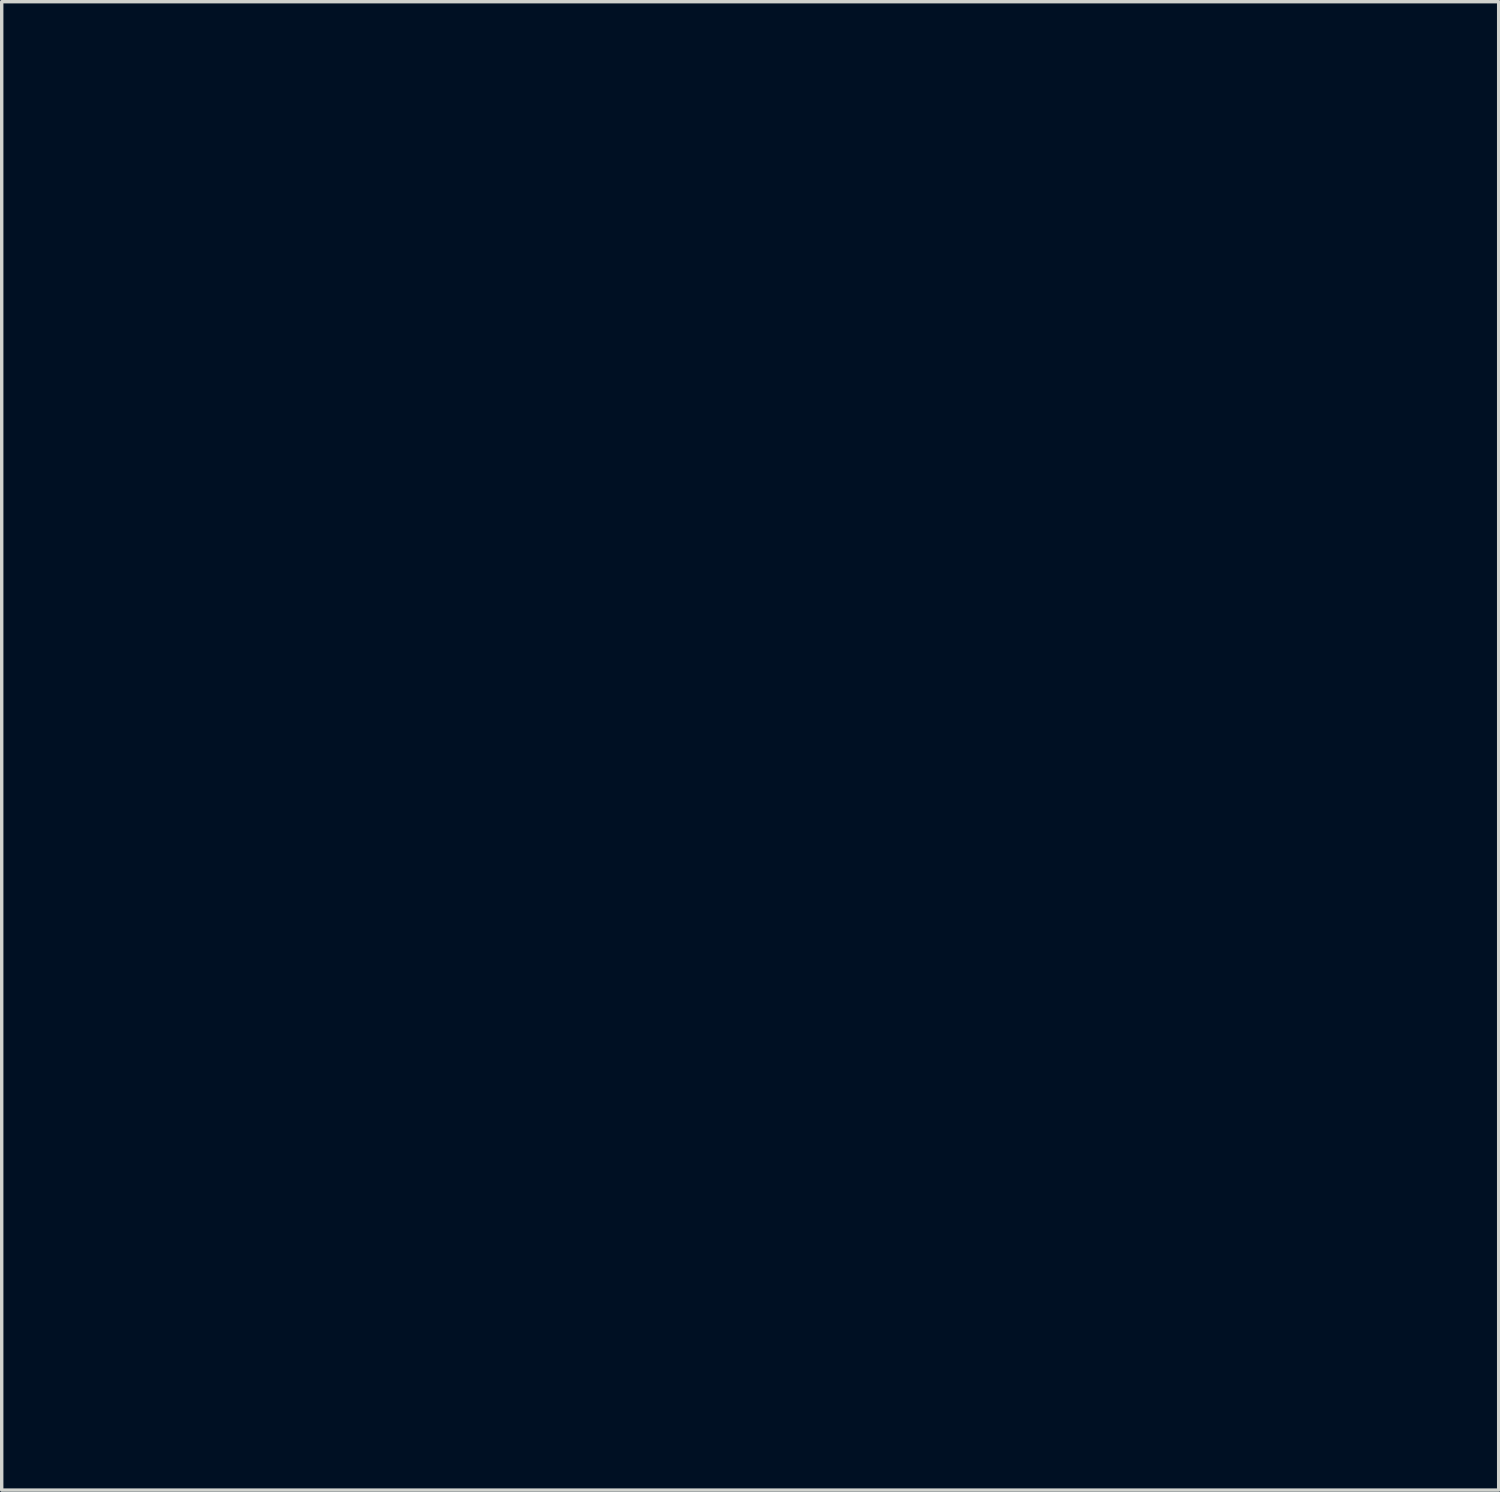
<source format=kicad_pcb>
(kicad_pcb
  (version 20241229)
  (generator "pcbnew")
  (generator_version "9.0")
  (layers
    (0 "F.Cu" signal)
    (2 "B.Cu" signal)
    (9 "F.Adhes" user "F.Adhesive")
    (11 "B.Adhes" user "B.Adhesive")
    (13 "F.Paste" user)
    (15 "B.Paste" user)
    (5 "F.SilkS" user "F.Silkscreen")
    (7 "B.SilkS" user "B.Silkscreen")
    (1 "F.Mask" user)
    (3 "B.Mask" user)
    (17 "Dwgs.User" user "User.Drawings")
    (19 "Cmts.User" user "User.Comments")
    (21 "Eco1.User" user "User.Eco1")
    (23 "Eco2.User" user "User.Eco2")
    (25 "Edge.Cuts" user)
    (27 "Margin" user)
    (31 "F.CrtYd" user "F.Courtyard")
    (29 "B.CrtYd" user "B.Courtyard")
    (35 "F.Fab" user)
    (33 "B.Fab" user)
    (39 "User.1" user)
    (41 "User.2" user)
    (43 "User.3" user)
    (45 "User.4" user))
  (footprint "cumo"
    (layer "F.Cu")
    (at 18.833 18.874)
    (property "Reference" "cumo" (at 0 0 0) (layer "F.Mask") (effects (font (size 1.524 1.524) (thickness 0.3))))
    (attr through_hole)
    (fp_poly (pts (xy -0.169 -18.803) (xy -0.142 -18.633) (xy -0.127 -18.152) (xy -0.1 -17.669) (xy -0.063 -17.211) (xy -0.019 -16.804) (xy 0.029 -16.476) (xy 0.08 -16.254) (xy 0.103 -16.195) (xy 0.271 -15.968) (xy 0.558 -15.694) (xy 0.948 -15.383) (xy 1.425 -15.045) (xy 1.973 -14.689) (xy 2.576 -14.324) (xy 3.22 -13.96) (xy 3.888 -13.605) (xy 4.564 -13.269) (xy 5.233 -12.961) (xy 5.88 -12.692) (xy 6.213 -12.565) (xy 6.77 -12.38) (xy 7.382 -12.204) (xy 8 -12.052) (xy 8.577 -11.934) (xy 9.01 -11.868) (xy 9.57 -11.865) (xy 10.165 -11.973) (xy 10.75 -12.182) (xy 10.813 -12.212) (xy 10.997 -12.31) (xy 11.182 -12.431) (xy 11.385 -12.592) (xy 11.627 -12.809) (xy 11.926 -13.098) (xy 12.301 -13.476) (xy 12.355 -13.531) (xy 12.671 -13.85) (xy 12.95 -14.123) (xy 13.178 -14.339) (xy 13.339 -14.482) (xy 13.419 -14.54) (xy 13.426 -14.537) (xy 13.376 -14.423) (xy 13.357 -14.408) (xy 13.279 -14.327) (xy 13.156 -14.168) (xy 13.08 -14.059) (xy 12.956 -13.878) (xy 12.774 -13.613) (xy 12.559 -13.302) (xy 12.344 -12.99) (xy 12.104 -12.642) (xy 11.856 -12.282) (xy 11.633 -11.956) (xy 11.487 -11.74) (xy 11.157 -11.252) (xy 11.165 -10.633) (xy 11.194 -10.141) (xy 11.27 -9.601) (xy 11.396 -8.999) (xy 11.575 -8.321) (xy 11.813 -7.554) (xy 12.112 -6.684) (xy 12.411 -5.867) (xy 12.862 -4.74) (xy 13.32 -3.746) (xy 13.782 -2.886) (xy 14.248 -2.165) (xy 14.715 -1.585) (xy 14.758 -1.539) (xy 14.991 -1.306) (xy 15.217 -1.116) (xy 15.457 -0.963) (xy 15.73 -0.839) (xy 16.057 -0.739) (xy 16.458 -0.654) (xy 16.952 -0.579) (xy 17.56 -0.506) (xy 17.944 -0.466) (xy 18.344 -0.424) (xy 18.686 -0.386) (xy 18.947 -0.354) (xy 19.105 -0.332) (xy 19.142 -0.323) (xy 19.06 -0.304) (xy 18.861 -0.275) (xy 18.571 -0.238) (xy 18.217 -0.197) (xy 17.825 -0.154) (xy 17.423 -0.113) (xy 17.037 -0.076) (xy 16.695 -0.046) (xy 16.474 -0.03) (xy 16.057 0.005) (xy 15.75 0.055) (xy 15.517 0.134) (xy 15.323 0.257) (xy 15.133 0.439) (xy 15.04 0.541) (xy 14.581 1.118) (xy 14.108 1.815) (xy 13.634 2.608) (xy 13.17 3.474) (xy 12.727 4.39) (xy 12.317 5.333) (xy 11.953 6.279) (xy 11.646 7.205) (xy 11.598 7.366) (xy 11.468 7.855) (xy 11.351 8.379) (xy 11.251 8.904) (xy 11.175 9.399) (xy 11.128 9.829) (xy 11.115 10.163) (xy 11.118 10.233) (xy 11.13 10.363) (xy 11.154 10.48) (xy 11.199 10.602) (xy 11.277 10.745) (xy 11.399 10.929) (xy 11.577 11.171) (xy 11.82 11.488) (xy 12.141 11.898) (xy 12.201 11.974) (xy 12.502 12.359) (xy 12.775 12.71) (xy 13.006 13.008) (xy 13.182 13.238) (xy 13.289 13.382) (xy 13.315 13.419) (xy 13.315 13.46) (xy 13.222 13.416) (xy 13.051 13.298) (xy 12.815 13.119) (xy 12.529 12.89) (xy 12.209 12.623) (xy 11.868 12.33) (xy 11.522 12.022) (xy 11.184 11.711) (xy 11.176 11.703) (xy 10.962 11.533) (xy 10.69 11.357) (xy 10.523 11.265) (xy 10.239 11.148) (xy 9.945 11.08) (xy 9.621 11.065) (xy 9.244 11.103) (xy 8.793 11.198) (xy 8.247 11.349) (xy 7.801 11.489) (xy 7.153 11.701) (xy 6.608 11.886) (xy 6.132 12.057) (xy 5.691 12.228) (xy 5.249 12.411) (xy 4.772 12.622) (xy 4.223 12.872) (xy 4.209 12.879) (xy 3.388 13.266) (xy 2.689 13.615) (xy 2.096 13.934) (xy 1.594 14.232) (xy 1.167 14.518) (xy 0.8 14.801) (xy 0.556 15.016) (xy 0.357 15.217) (xy 0.192 15.408) (xy 0.11 15.529) (xy 0.073 15.661) (xy 0.031 15.917) (xy -0.014 16.277) (xy -0.06 16.719) (xy -0.105 17.225) (xy -0.108 17.273) (xy -0.145 17.732) (xy -0.179 18.139) (xy -0.209 18.473) (xy -0.232 18.713) (xy -0.246 18.838) (xy -0.249 18.851) (xy -0.264 18.788) (xy -0.296 18.6) (xy -0.343 18.308) (xy -0.401 17.932) (xy -0.467 17.489) (xy -0.512 17.182) (xy -0.757 15.494) (xy -1.05 15.173) (xy -1.37 14.877) (xy -1.818 14.546) (xy -2.383 14.187) (xy -3.052 13.808) (xy -3.814 13.414) (xy -4.657 13.012) (xy -5.08 12.823) (xy -6.125 12.376) (xy -7.063 12.007) (xy -7.908 11.711) (xy -8.674 11.484) (xy -9.375 11.322) (xy -10.025 11.221) (xy -10.637 11.178) (xy -10.815 11.176) (xy -11.313 11.176) (xy -12.315 11.923) (xy -12.65 12.173) (xy -12.95 12.394) (xy -13.191 12.571) (xy -13.354 12.689) (xy -13.413 12.729) (xy -13.407 12.692) (xy -13.329 12.554) (xy -13.191 12.331) (xy -13.003 12.041) (xy -12.807 11.746) (xy -12.496 11.284) (xy -12.258 10.922) (xy -12.084 10.639) (xy -11.964 10.416) (xy -11.946 10.371) (xy -10.886 10.371) (xy -10.819 10.402) (xy -10.641 10.435) (xy -10.384 10.463) (xy -10.28 10.472) (xy -9.674 10.549) (xy -8.969 10.697) (xy -8.186 10.908) (xy -7.346 11.172) (xy -6.472 11.481) (xy -5.585 11.826) (xy -4.705 12.198) (xy -3.855 12.588) (xy -3.055 12.988) (xy -2.328 13.389) (xy -1.694 13.781) (xy -1.175 14.157) (xy -1.052 14.259) (xy -0.877 14.401) (xy -0.743 14.492) (xy -0.697 14.512) (xy -0.669 14.448) (xy -0.666 14.283) (xy -0.679 14.133) (xy -0.703 13.854) (xy -0.72 13.512) (xy -0.725 13.229) (xy -0.732 12.941) (xy -0.753 12.797) (xy -0.145 12.797) (xy -0.145 14.676) (xy 0.144 14.415) (xy 0.337 14.257) (xy 0.607 14.056) (xy 0.908 13.846) (xy 1.038 13.759) (xy 1.788 13.304) (xy 2.635 12.849) (xy 3.552 12.403) (xy 4.514 11.978) (xy 5.493 11.584) (xy 6.464 11.232) (xy 7.4 10.932) (xy 8.274 10.695) (xy 9.059 10.531) (xy 9.141 10.518) (xy 9.681 10.432) (xy 9.431 10.213) (xy 9.252 10.053) (xy 9.015 9.838) (xy 8.771 9.613) (xy 8.753 9.597) (xy 8.538 9.401) (xy 8.39 9.286) (xy 8.267 9.235) (xy 8.224 9.233) (xy 9.122 9.233) (xy 9.685 9.769) (xy 9.921 9.988) (xy 10.121 10.164) (xy 10.261 10.276) (xy 10.313 10.305) (xy 10.352 10.24) (xy 10.375 10.077) (xy 10.378 9.983) (xy 10.397 9.768) (xy 10.45 9.442) (xy 10.531 9.033) (xy 10.633 8.568) (xy 10.75 8.077) (xy 10.875 7.587) (xy 11.002 7.126) (xy 11.106 6.782) (xy 11.433 5.835) (xy 11.834 4.813) (xy 12.292 3.752) (xy 12.779 2.721) (xy 13.052 2.168) (xy 13.273 1.727) (xy 13.452 1.381) (xy 13.599 1.111) (xy 13.723 0.898) (xy 13.836 0.726) (xy 13.948 0.576) (xy 14.046 0.454) (xy 14.304 0.145) (xy 12.635 0.145) (xy 12.452 0.385) (xy 12.357 0.535) (xy 12.212 0.796) (xy 12.029 1.146) (xy 11.817 1.564) (xy 11.587 2.028) (xy 11.349 2.517) (xy 11.115 3.01) (xy 10.893 3.484) (xy 10.696 3.919) (xy 10.532 4.293) (xy 10.447 4.499) (xy 10.153 5.269) (xy 9.883 6.041) (xy 9.644 6.792) (xy 9.444 7.496) (xy 9.291 8.128) (xy 9.191 8.663) (xy 9.172 8.807) (xy 9.122 9.233) (xy 8.224 9.233) (xy 8.131 9.229) (xy 7.968 9.248) (xy 7.691 9.307) (xy 7.302 9.423) (xy 6.817 9.588) (xy 6.256 9.795) (xy 5.636 10.035) (xy 4.975 10.301) (xy 4.29 10.587) (xy 3.599 10.883) (xy 2.919 11.183) (xy 2.27 11.479) (xy 1.668 11.763) (xy 1.131 12.029) (xy 0.677 12.267) (xy 0.324 12.471) (xy 0.163 12.577) (xy -0.145 12.797) (xy -0.753 12.797) (xy -0.759 12.757) (xy -0.815 12.633) (xy -0.889 12.55) (xy -1.02 12.457) (xy -1.267 12.315) (xy -1.609 12.133) (xy -2.031 11.919) (xy -2.512 11.681) (xy -3.036 11.43) (xy -3.584 11.174) (xy -4.137 10.921) (xy -4.678 10.681) (xy -5.044 10.524) (xy -5.458 10.356) (xy -5.938 10.177) (xy -6.46 9.992) (xy -7.004 9.81) (xy -7.545 9.636) (xy -8.063 9.478) (xy -8.534 9.343) (xy -8.937 9.238) (xy -9.249 9.17) (xy -9.448 9.145) (xy -9.452 9.145) (xy -9.604 9.192) (xy -9.795 9.31) (xy -9.87 9.37) (xy -10.168 9.637) (xy -10.437 9.89) (xy -10.66 10.108) (xy -10.815 10.272) (xy -10.884 10.364) (xy -10.886 10.371) (xy -11.946 10.371) (xy -11.891 10.233) (xy -11.854 10.07) (xy -11.846 9.906) (xy -11.857 9.721) (xy -11.866 9.624) (xy -11.922 9.169) (xy -12.008 8.693) (xy -12.129 8.179) (xy -12.29 7.609) (xy -12.496 6.964) (xy -12.753 6.225) (xy -13.066 5.375) (xy -13.095 5.298) (xy -13.402 4.512) (xy -13.718 3.764) (xy -14.031 3.074) (xy -14.333 2.463) (xy -14.613 1.952) (xy -14.839 1.594) (xy -15.217 1.08) (xy -15.571 0.676) (xy -15.929 0.366) (xy -16.317 0.136) (xy -16.762 -0.03) (xy -16.888 -0.057) (xy -15.311 -0.057) (xy -15.015 0.279) (xy -14.738 0.633) (xy -14.423 1.101) (xy -14.082 1.662) (xy -13.728 2.292) (xy -13.374 2.971) (xy -13.03 3.675) (xy -12.71 4.384) (xy -12.569 4.717) (xy -12.358 5.245) (xy -12.144 5.819) (xy -11.931 6.419) (xy -11.726 7.026) (xy -11.537 7.618) (xy -11.368 8.174) (xy -11.226 8.676) (xy -11.119 9.101) (xy -11.052 9.43) (xy -11.031 9.628) (xy -11.021 9.791) (xy -10.996 9.869) (xy -10.993 9.87) (xy -10.928 9.821) (xy -10.79 9.693) (xy -10.604 9.51) (xy -10.548 9.452) (xy -10.248 9.114) (xy -10.058 8.817) (xy -9.968 8.552) (xy -8.861 8.552) (xy -8.44 8.638) (xy -7.913 8.767) (xy -7.28 8.957) (xy -6.561 9.201) (xy -5.779 9.489) (xy -4.955 9.814) (xy -4.109 10.167) (xy -3.264 10.54) (xy -2.439 10.925) (xy -2.032 11.125) (xy -1.591 11.344) (xy -1.264 11.5) (xy -1.034 11.593) (xy -0.884 11.619) (xy -0.796 11.579) (xy -0.753 11.47) (xy -0.738 11.293) (xy -0.733 11.044) (xy -0.733 11.03) (xy -0.743 10.825) (xy -0.097 10.825) (xy -0.076 11.092) (xy -0.052 11.268) (xy -0.005 11.532) (xy 0.047 11.729) (xy 0.095 11.825) (xy 0.105 11.829) (xy 0.191 11.796) (xy 0.382 11.705) (xy 0.656 11.566) (xy 0.988 11.393) (xy 1.27 11.242) (xy 1.997 10.859) (xy 2.737 10.486) (xy 3.476 10.128) (xy 4.197 9.793) (xy 4.884 9.488) (xy 5.521 9.219) (xy 6.092 8.995) (xy 6.581 8.821) (xy 6.972 8.706) (xy 7.205 8.659) (xy 7.414 8.623) (xy 7.554 8.583) (xy 7.584 8.564) (xy 7.564 8.471) (xy 7.456 8.322) (xy 7.289 8.145) (xy 7.093 7.97) (xy 6.896 7.827) (xy 6.799 7.772) (xy 6.643 7.699) (xy 6.503 7.648) (xy 6.361 7.62) (xy 6.2 7.621) (xy 6.004 7.655) (xy 5.757 7.724) (xy 5.442 7.832) (xy 5.042 7.985) (xy 4.541 8.185) (xy 3.923 8.436) (xy 3.919 8.437) (xy 3.487 8.616) (xy 3.025 8.81) (xy 2.587 8.999) (xy 2.228 9.158) (xy 2.213 9.164) (xy 1.863 9.32) (xy 1.51 9.473) (xy 1.206 9.599) (xy 1.069 9.654) (xy 0.64 9.854) (xy 0.292 10.084) (xy 0.049 10.329) (xy -0.036 10.474) (xy -0.084 10.634) (xy -0.097 10.825) (xy -0.743 10.825) (xy -0.754 10.603) (xy -0.846 10.274) (xy -1.028 10.016) (xy -1.319 9.803) (xy -1.705 9.62) (xy -2.714 9.209) (xy -3.598 8.85) (xy -4.366 8.54) (xy -5.026 8.275) (xy -5.587 8.054) (xy -6.059 7.872) (xy -6.449 7.727) (xy -6.768 7.614) (xy -7.023 7.531) (xy -7.224 7.475) (xy -7.379 7.442) (xy -7.497 7.429) (xy -7.588 7.433) (xy -7.645 7.446) (xy -7.851 7.556) (xy -8.124 7.782) (xy -8.468 8.125) (xy -8.549 8.213) (xy -8.861 8.552) (xy -9.968 8.552) (xy -9.962 8.532) (xy -9.942 8.311) (xy -9.967 8.132) (xy -10.037 7.839) (xy -10.146 7.452) (xy -10.287 6.993) (xy -10.452 6.483) (xy -10.636 5.942) (xy -10.832 5.393) (xy -11.033 4.855) (xy -11.087 4.717) (xy -11.24 4.342) (xy -11.433 3.901) (xy -11.656 3.413) (xy -11.898 2.899) (xy -12.151 2.377) (xy -12.403 1.869) (xy -12.646 1.393) (xy -12.87 0.969) (xy -13.064 0.617) (xy -13.219 0.357) (xy -13.326 0.209) (xy -13.33 0.204) (xy -13.535 0.032) (xy -13.584 0.011) (xy -12.555 0.011) (xy -12.523 0.112) (xy -12.437 0.307) (xy -12.315 0.565) (xy -12.172 0.851) (xy -12.024 1.134) (xy -11.889 1.381) (xy -11.783 1.559) (xy -11.762 1.59) (xy -11.559 1.917) (xy -11.325 2.362) (xy -11.069 2.903) (xy -10.8 3.517) (xy -10.526 4.184) (xy -10.256 4.88) (xy -9.999 5.584) (xy -9.763 6.274) (xy -9.558 6.929) (xy -9.392 7.526) (xy -9.391 7.532) (xy -9.256 8.061) (xy -8.681 7.473) (xy -8.416 7.194) (xy -8.243 6.99) (xy -8.148 6.837) (xy -8.137 6.8) (xy -6.966 6.8) (xy -6.954 6.854) (xy -6.277 7.084) (xy -5.516 7.36) (xy -4.706 7.668) (xy -3.884 7.994) (xy -3.084 8.322) (xy -2.344 8.64) (xy -1.698 8.933) (xy -1.56 8.998) (xy -1.293 9.12) (xy -1.073 9.21) (xy -0.933 9.255) (xy -0.907 9.257) (xy -0.871 9.18) (xy -0.85 8.998) (xy -0.848 8.786) (xy -0.874 8.604) (xy -0.073 8.604) (xy -0.073 8.647) (xy -0.068 8.966) (xy -0.057 9.222) (xy -0.041 9.387) (xy -0.025 9.434) (xy 0.054 9.403) (xy 0.236 9.318) (xy 0.496 9.191) (xy 0.808 9.035) (xy 0.864 9.007) (xy 1.277 8.804) (xy 1.761 8.575) (xy 2.253 8.351) (xy 2.649 8.178) (xy 3.063 7.999) (xy 3.499 7.808) (xy 3.904 7.628) (xy 4.227 7.48) (xy 4.232 7.478) (xy 4.764 7.235) (xy 5.18 7.06) (xy 5.355 6.996) (xy 7.4 6.996) (xy 7.403 7.169) (xy 7.427 7.298) (xy 7.491 7.418) (xy 7.615 7.558) (xy 7.819 7.752) (xy 7.927 7.851) (xy 8.17 8.074) (xy 8.335 8.205) (xy 8.443 8.234) (xy 8.518 8.152) (xy 8.582 7.949) (xy 8.657 7.617) (xy 8.673 7.547) (xy 8.857 6.841) (xy 9.12 6.015) (xy 9.46 5.074) (xy 9.877 4.019) (xy 10.277 3.067) (xy 10.504 2.545) (xy 10.724 2.044) (xy 10.929 1.586) (xy 11.108 1.194) (xy 11.251 0.889) (xy 11.349 0.693) (xy 11.356 0.68) (xy 11.599 0.235) (xy 11.333 0.191) (xy 10.847 0.144) (xy 10.454 0.188) (xy 10.135 0.336) (xy 9.873 0.597) (xy 9.648 0.985) (xy 9.502 1.343) (xy 9.427 1.536) (xy 9.303 1.837) (xy 9.141 2.218) (xy 8.953 2.654) (xy 8.75 3.12) (xy 8.656 3.333) (xy 8.29 4.182) (xy 7.984 4.943) (xy 7.739 5.611) (xy 7.559 6.176) (xy 7.445 6.631) (xy 7.401 6.969) (xy 7.4 6.996) (xy 5.355 6.996) (xy 5.488 6.949) (xy 5.698 6.897) (xy 5.754 6.893) (xy 5.821 6.878) (xy 5.814 6.825) (xy 5.724 6.714) (xy 5.538 6.527) (xy 5.51 6.5) (xy 5.209 6.242) (xy 4.914 6.072) (xy 4.606 5.99) (xy 4.263 5.996) (xy 3.865 6.09) (xy 3.389 6.272) (xy 2.914 6.493) (xy 2.505 6.684) (xy 2.046 6.883) (xy 1.604 7.063) (xy 1.371 7.15) (xy 0.894 7.322) (xy 0.535 7.462) (xy 0.278 7.586) (xy 0.106 7.714) (xy 0.002 7.862) (xy -0.051 8.047) (xy -0.07 8.289) (xy -0.073 8.604) (xy -0.874 8.604) (xy -0.922 8.278) (xy -1.113 7.855) (xy -1.422 7.517) (xy -1.528 7.439) (xy -1.685 7.354) (xy -1.955 7.229) (xy -2.316 7.073) (xy -2.434 7.025) (xy 0.101 7.025) (xy 0.468 6.859) (xy 0.706 6.75) (xy 1.019 6.605) (xy 1.351 6.45) (xy 1.451 6.403) (xy 2.036 6.131) (xy 2.587 5.883) (xy 3.08 5.669) (xy 3.49 5.499) (xy 3.528 5.485) (xy 5.693 5.485) (xy 5.728 5.637) (xy 5.816 5.775) (xy 5.96 5.924) (xy 6.16 6.109) (xy 6.175 6.123) (xy 6.348 6.289) (xy 6.484 6.414) (xy 6.591 6.489) (xy 6.68 6.502) (xy 6.763 6.442) (xy 6.849 6.298) (xy 6.948 6.059) (xy 7.071 5.715) (xy 7.229 5.253) (xy 7.363 4.862) (xy 7.765 3.735) (xy 8.155 2.731) (xy 8.54 1.829) (xy 8.93 1.009) (xy 8.932 1.005) (xy 9.29 0.29) (xy 7.757 0.29) (xy 7.369 1.107) (xy 6.904 2.121) (xy 6.493 3.103) (xy 6.101 4.133) (xy 6.06 4.245) (xy 5.895 4.7) (xy 5.778 5.041) (xy 5.71 5.295) (xy 5.693 5.485) (xy 3.528 5.485) (xy 3.756 5.398) (xy 3.964 5.317) (xy 4.102 5.248) (xy 4.137 5.217) (xy 4.082 5.122) (xy 3.944 4.98) (xy 3.759 4.823) (xy 3.564 4.682) (xy 3.427 4.604) (xy 3.171 4.526) (xy 2.849 4.514) (xy 2.446 4.567) (xy 1.945 4.689) (xy 1.508 4.822) (xy 1.041 4.985) (xy 0.696 5.134) (xy 0.452 5.28) (xy 0.384 5.334) (xy 0.109 5.571) (xy 0.105 6.298) (xy 0.101 7.025) (xy -2.434 7.025) (xy -2.743 6.897) (xy -3.214 6.709) (xy -3.705 6.518) (xy -4.193 6.334) (xy -4.655 6.166) (xy -5.067 6.022) (xy -5.318 5.94) (xy -5.565 5.869) (xy -5.733 5.847) (xy -5.879 5.87) (xy -6.009 5.917) (xy -6.172 6.009) (xy -6.367 6.155) (xy -6.568 6.332) (xy -6.752 6.514) (xy -6.893 6.679) (xy -6.966 6.8) (xy -8.137 6.8) (xy -8.113 6.715) (xy -8.112 6.681) (xy -8.147 6.466) (xy -8.24 6.139) (xy -8.384 5.719) (xy -8.572 5.224) (xy -8.799 4.672) (xy -8.873 4.499) (xy -9.031 4.128) (xy -9.223 3.671) (xy -9.427 3.176) (xy -9.625 2.691) (xy -9.7 2.504) (xy -9.989 1.813) (xy -10.248 1.251) (xy -10.487 0.807) (xy -10.711 0.469) (xy -10.928 0.225) (xy -11.043 0.14) (xy -10.07 0.14) (xy -9.824 0.633) (xy -9.561 1.181) (xy -9.288 1.768) (xy -9.013 2.375) (xy -8.742 2.988) (xy -8.482 3.59) (xy -8.24 4.164) (xy -8.023 4.694) (xy -7.839 5.163) (xy -7.694 5.554) (xy -7.595 5.852) (xy -7.55 6.04) (xy -7.547 6.07) (xy -7.514 6.157) (xy -7.409 6.137) (xy -7.226 6.005) (xy -7.116 5.91) (xy -6.878 5.646) (xy -6.684 5.34) (xy -6.61 5.16) (xy -5.288 5.16) (xy -5.093 5.236) (xy -4.935 5.295) (xy -4.686 5.386) (xy -4.393 5.491) (xy -4.307 5.522) (xy -3.981 5.641) (xy -3.657 5.765) (xy -3.398 5.87) (xy -3.363 5.885) (xy -3.078 6) (xy -2.755 6.119) (xy -2.613 6.167) (xy -2.233 6.296) (xy -1.866 6.431) (xy -1.535 6.562) (xy -1.267 6.678) (xy -1.086 6.77) (xy -1.016 6.826) (xy -1.016 6.827) (xy -0.974 6.891) (xy -0.899 6.872) (xy -0.867 6.804) (xy -0.856 6.678) (xy -0.833 6.476) (xy -0.825 6.415) (xy -0.826 6.067) (xy -0.901 5.722) (xy -1.036 5.435) (xy -1.116 5.336) (xy -1.267 5.232) (xy -1.505 5.113) (xy -1.781 5.007) (xy -1.782 5.006) (xy -2.064 4.9) (xy -2.419 4.747) (xy -2.794 4.57) (xy -3.03 4.452) (xy -3.45 4.244) (xy -3.773 4.115) (xy -4.021 4.064) (xy -4.218 4.089) (xy -4.387 4.188) (xy -4.528 4.332) (xy -4.721 4.553) (xy -4.942 4.795) (xy -5.021 4.879) (xy -5.288 5.16) (xy -6.61 5.16) (xy -6.561 5.041) (xy -6.531 4.851) (xy -6.564 4.632) (xy -6.653 4.322) (xy -6.787 3.959) (xy -6.952 3.579) (xy -6.998 3.483) (xy -7.103 3.258) (xy -7.243 2.94) (xy -7.399 2.572) (xy -7.554 2.199) (xy -7.788 1.627) (xy -7.98 1.176) (xy -8.135 0.831) (xy -8.261 0.578) (xy -8.366 0.401) (xy -8.455 0.286) (xy -8.486 0.256) (xy -8.584 0.189) (xy -8.706 0.148) (xy -7.62 0.148) (xy -7.589 0.256) (xy -7.512 0.433) (xy -7.483 0.493) (xy -7.394 0.686) (xy -7.258 1.01) (xy -7.078 1.456) (xy -6.856 2.018) (xy -6.595 2.69) (xy -6.346 3.338) (xy -6.177 3.775) (xy -6.049 4.092) (xy -5.953 4.306) (xy -5.883 4.433) (xy -5.829 4.491) (xy -5.802 4.499) (xy -5.719 4.452) (xy -5.563 4.325) (xy -5.362 4.143) (xy -5.286 4.07) (xy -4.844 3.64) (xy -4.853 3.513) (xy -3.617 3.513) (xy -3.545 3.545) (xy -3.361 3.621) (xy -3.09 3.731) (xy -2.754 3.867) (xy -2.54 3.953) (xy -2.155 4.11) (xy -1.798 4.257) (xy -1.5 4.384) (xy -1.291 4.476) (xy -1.234 4.503) (xy -1.062 4.578) (xy -0.952 4.608) (xy -0.939 4.605) (xy -0.919 4.527) (xy -0.901 4.336) (xy -0.886 4.067) (xy -0.88 3.9) (xy -0.88 3.883) (xy 0.033 3.883) (xy 0.034 4.194) (xy 0.039 4.45) (xy 0.047 4.617) (xy 0.054 4.661) (xy 0.127 4.66) (xy 0.293 4.608) (xy 0.493 4.525) (xy 0.804 4.387) (xy 1.151 4.237) (xy 1.342 4.157) (xy 1.73 3.989) (xy 2.055 3.833) (xy 2.299 3.702) (xy 2.44 3.604) (xy 2.458 3.577) (xy 4.114 3.577) (xy 4.12 3.806) (xy 4.167 3.954) (xy 4.285 4.084) (xy 4.387 4.168) (xy 4.6 4.346) (xy 4.801 4.525) (xy 4.854 4.575) (xy 4.988 4.686) (xy 5.078 4.725) (xy 5.088 4.721) (xy 5.128 4.641) (xy 5.206 4.452) (xy 5.312 4.179) (xy 5.436 3.849) (xy 5.464 3.774) (xy 5.606 3.388) (xy 5.782 2.914) (xy 5.975 2.398) (xy 6.168 1.887) (xy 6.275 1.603) (xy 6.45 1.134) (xy 6.574 0.784) (xy 6.649 0.537) (xy 6.682 0.38) (xy 6.676 0.297) (xy 6.661 0.279) (xy 6.544 0.249) (xy 6.33 0.227) (xy 6.079 0.219) (xy 5.766 0.237) (xy 5.525 0.305) (xy 5.333 0.443) (xy 5.171 0.671) (xy 5.016 1.008) (xy 4.906 1.306) (xy 4.763 1.695) (xy 4.595 2.121) (xy 4.434 2.507) (xy 4.392 2.603) (xy 4.224 3.02) (xy 4.135 3.358) (xy 4.114 3.577) (xy 2.458 3.577) (xy 2.467 3.565) (xy 2.411 3.431) (xy 2.262 3.257) (xy 2.054 3.074) (xy 1.842 2.93) (xy 1.604 2.811) (xy 1.387 2.765) (xy 1.133 2.772) (xy 0.829 2.827) (xy 0.509 2.929) (xy 0.392 2.98) (xy 0.036 3.157) (xy 0.033 3.883) (xy -0.88 3.883) (xy -0.878 3.514) (xy -0.912 3.242) (xy -1.003 3.054) (xy -1.175 2.919) (xy -1.447 2.808) (xy -1.742 2.72) (xy -2.137 2.614) (xy -2.424 2.559) (xy -2.632 2.555) (xy -2.79 2.603) (xy -2.924 2.704) (xy -2.963 2.742) (xy -3.186 2.98) (xy -3.382 3.2) (xy -3.53 3.378) (xy -3.61 3.488) (xy -3.617 3.513) (xy -4.853 3.513) (xy -4.876 3.203) (xy -4.897 3.025) (xy -4.939 2.839) (xy -5.013 2.623) (xy -5.126 2.351) (xy -5.289 2.001) (xy -5.511 1.547) (xy -5.519 1.529) (xy -5.735 1.096) (xy -5.9 0.775) (xy -6.027 0.546) (xy -6.129 0.392) (xy -6.217 0.292) (xy -6.248 0.27) (xy -5.225 0.27) (xy -5.199 0.374) (xy -5.127 0.579) (xy -5.021 0.861) (xy -4.89 1.193) (xy -4.745 1.55) (xy -4.596 1.907) (xy -4.455 2.238) (xy -4.331 2.517) (xy -4.235 2.721) (xy -4.178 2.822) (xy -4.169 2.829) (xy -4.081 2.782) (xy -3.927 2.659) (xy -3.751 2.498) (xy -3.458 2.181) (xy -3.282 1.907) (xy -3.276 1.885) (xy -1.917 1.885) (xy -1.91 1.893) (xy -1.811 1.954) (xy -1.623 2.046) (xy -1.393 2.149) (xy -1.167 2.242) (xy -0.992 2.305) (xy -0.925 2.321) (xy -0.903 2.254) (xy -0.885 2.072) (xy -0.873 1.807) (xy -0.873 1.742) (xy 0 1.742) (xy 0.007 2.029) (xy 0.024 2.252) (xy 0.05 2.378) (xy 0.064 2.395) (xy 0.159 2.367) (xy 0.343 2.293) (xy 0.531 2.21) (xy 2.331 2.21) (xy 2.786 2.665) (xy 2.999 2.869) (xy 3.18 3.026) (xy 3.3 3.111) (xy 3.326 3.121) (xy 3.386 3.058) (xy 3.411 2.906) (xy 3.411 2.904) (xy 3.457 2.613) (xy 3.599 2.243) (xy 3.839 1.785) (xy 3.995 1.524) (xy 4.248 1.088) (xy 4.406 0.748) (xy 4.469 0.508) (xy 4.436 0.372) (xy 4.418 0.357) (xy 4.231 0.292) (xy 3.957 0.251) (xy 3.654 0.239) (xy 3.377 0.258) (xy 3.258 0.284) (xy 3.088 0.358) (xy 2.946 0.482) (xy 2.821 0.676) (xy 2.7 0.961) (xy 2.572 1.359) (xy 2.513 1.565) (xy 2.331 2.21) (xy 0.531 2.21) (xy 0.543 2.205) (xy 0.957 2.015) (xy 0.606 1.647) (xy 0.416 1.449) (xy 0.259 1.282) (xy 0.168 1.184) (xy 0.075 1.102) (xy 0.041 1.089) (xy 0.023 1.156) (xy 0.009 1.336) (xy 0.001 1.596) (xy 0 1.742) (xy -0.873 1.742) (xy -0.871 1.587) (xy -0.871 0.851) (xy -1.216 1.17) (xy -1.436 1.37) (xy -1.649 1.554) (xy -1.772 1.654) (xy -1.911 1.791) (xy -1.917 1.885) (xy -3.276 1.885) (xy -3.211 1.653) (xy -3.219 1.465) (xy -3.286 1.222) (xy -3.403 0.938) (xy -3.547 0.661) (xy -3.693 0.437) (xy -3.805 0.32) (xy -3.925 0.28) (xy -4.135 0.247) (xy -4.397 0.225) (xy -4.674 0.214) (xy -4.928 0.215) (xy -5.123 0.23) (xy -5.22 0.259) (xy -5.225 0.27) (xy -6.248 0.27) (xy -6.305 0.229) (xy -6.404 0.183) (xy -6.405 0.182) (xy -6.408 0.181) (xy -2.939 0.181) (xy -2.926 0.377) (xy -2.889 0.56) (xy -2.809 0.799) (xy -2.76 0.919) (xy -2.608 1.264) (xy -2.124 0.78) (xy -1.919 0.567) (xy -1.765 0.394) (xy -1.683 0.284) (xy -1.676 0.259) (xy -1.698 0.254) (xy 0.668 0.254) (xy 0.897 0.514) (xy 1.076 0.723) (xy 1.287 0.974) (xy 1.406 1.119) (xy 1.56 1.29) (xy 1.683 1.391) (xy 1.741 1.403) (xy 1.795 1.306) (xy 1.876 1.118) (xy 1.944 0.943) (xy 2.033 0.704) (xy 2.108 0.507) (xy 2.141 0.422) (xy 2.148 0.367) (xy 2.104 0.33) (xy 1.984 0.305) (xy 1.765 0.289) (xy 1.429 0.277) (xy 0.668 0.254) (xy -1.698 0.254) (xy -1.761 0.24) (xy -1.955 0.221) (xy -2.221 0.206) (xy -2.326 0.202) (xy -2.939 0.181) (xy -6.408 0.181) (xy -6.598 0.129) (xy -6.847 0.093) (xy -7.111 0.075) (xy -7.354 0.076) (xy -7.536 0.098) (xy -7.619 0.14) (xy -7.62 0.148) (xy -8.706 0.148) (xy -8.715 0.145) (xy -8.913 0.12) (xy -9.21 0.108) (xy -9.368 0.106) (xy -9.669 0.107) (xy -9.905 0.114) (xy -10.044 0.128) (xy -10.07 0.14) (xy -11.043 0.14) (xy -11.146 0.063) (xy -11.271 0.005) (xy -11.448 -0.037) (xy -11.69 -0.063) (xy -11.958 -0.073) (xy -12.215 -0.067) (xy -12.422 -0.047) (xy -12.541 -0.011) (xy -12.555 0.011) (xy -13.584 0.011) (xy -13.775 -0.074) (xy -14.082 -0.123) (xy -14.485 -0.121) (xy -14.664 -0.109) (xy -15.311 -0.057) (xy -16.888 -0.057) (xy -17.293 -0.147) (xy -17.935 -0.231) (xy -18.083 -0.245) (xy -18.455 -0.282) (xy -18.705 -0.313) (xy -18.828 -0.342) (xy -18.821 -0.373) (xy -18.682 -0.411) (xy -18.406 -0.459) (xy -17.991 -0.521) (xy -17.834 -0.544) (xy -17.472 -0.61) (xy -15.24 -0.61) (xy -15.174 -0.594) (xy -14.998 -0.584) (xy -14.75 -0.581) (xy -14.464 -0.583) (xy -14.178 -0.591) (xy -13.927 -0.604) (xy -13.747 -0.622) (xy -13.718 -0.627) (xy -13.66 -0.653) (xy -12.637 -0.653) (xy -10.988 -0.653) (xy -7.749 -0.653) (xy -7.195 -0.653) (xy -6.779 -0.675) (xy -6.516 -0.733) (xy -5.37 -0.733) (xy -5.304 -0.676) (xy -5.13 -0.632) (xy -4.886 -0.603) (xy -4.608 -0.591) (xy -4.333 -0.597) (xy -4.099 -0.624) (xy -3.997 -0.653) (xy -3.11 -0.653) (xy -1.68 -0.653) (xy -1.797 -0.774) (xy 0.665 -0.774) (xy 0.719 -0.737) (xy 0.853 -0.752) (xy 1.03 -0.764) (xy 1.289 -0.754) (xy 1.524 -0.732) (xy 1.921 -0.686) (xy 2.189 -0.666) (xy 2.342 -0.669) (xy 2.395 -0.696) (xy 2.395 -0.699) (xy 2.369 -0.836) (xy 2.305 -1.052) (xy 2.22 -1.291) (xy 2.134 -1.498) (xy 2.103 -1.56) (xy 1.94 -1.749) (xy 1.736 -1.802) (xy 1.493 -1.72) (xy 1.215 -1.504) (xy 0.907 -1.157) (xy 0.849 -1.082) (xy 0.709 -0.882) (xy 0.665 -0.774) (xy -1.797 -0.774) (xy -1.874 -0.853) (xy -2.037 -1.026) (xy -2.237 -1.245) (xy -2.343 -1.364) (xy -2.501 -1.526) (xy -2.626 -1.623) (xy -2.679 -1.637) (xy -2.753 -1.542) (xy -2.853 -1.357) (xy -2.956 -1.128) (xy -3.039 -0.901) (xy -3.051 -0.862) (xy -3.11 -0.653) (xy -3.997 -0.653) (xy -3.962 -0.663) (xy -3.783 -0.817) (xy -3.623 -1.1) (xy -3.488 -1.494) (xy -3.414 -1.826) (xy -3.364 -2.153) (xy -3.366 -2.378) (xy -3.405 -2.478) (xy -2.105 -2.478) (xy -2.056 -2.409) (xy -1.927 -2.266) (xy -1.742 -2.073) (xy -1.527 -1.855) (xy -1.307 -1.637) (xy -1.106 -1.445) (xy -0.95 -1.303) (xy -0.864 -1.236) (xy -0.857 -1.234) (xy -0.838 -1.302) (xy -0.825 -1.487) (xy -0.818 -1.763) (xy -0.819 -2.101) (xy -0.819 -2.119) (xy 0.015 -2.119) (xy 0.022 -1.877) (xy 0.033 -1.777) (xy 0.084 -1.436) (xy 0.604 -2.001) (xy 0.817 -2.236) (xy 0.878 -2.307) (xy 2.468 -2.307) (xy 2.504 -2.108) (xy 2.598 -1.835) (xy 2.731 -1.533) (xy 2.883 -1.249) (xy 3.003 -1.068) (xy 3.152 -0.895) (xy 3.308 -0.78) (xy 3.505 -0.711) (xy 3.778 -0.676) (xy 4.155 -0.662) (xy 4.42 -0.663) (xy 4.571 -0.682) (xy 4.635 -0.725) (xy 4.645 -0.771) (xy 4.618 -0.944) (xy 4.543 -1.206) (xy 4.433 -1.532) (xy 4.295 -1.898) (xy 4.141 -2.28) (xy 3.982 -2.652) (xy 3.826 -2.99) (xy 3.686 -3.269) (xy 3.57 -3.465) (xy 3.489 -3.553) (xy 3.479 -3.556) (xy 3.401 -3.506) (xy 3.258 -3.374) (xy 3.078 -3.193) (xy 2.891 -2.99) (xy 2.725 -2.797) (xy 2.608 -2.643) (xy 2.607 -2.641) (xy 2.511 -2.462) (xy 2.468 -2.313) (xy 2.468 -2.307) (xy 0.878 -2.307) (xy 0.984 -2.43) (xy 1.088 -2.561) (xy 1.111 -2.603) (xy 1.041 -2.645) (xy 0.877 -2.715) (xy 0.66 -2.796) (xy 0.434 -2.874) (xy 0.24 -2.934) (xy 0.122 -2.961) (xy 0.105 -2.959) (xy 0.07 -2.857) (xy 0.041 -2.653) (xy 0.022 -2.392) (xy 0.015 -2.119) (xy -0.819 -2.119) (xy -0.819 -2.14) (xy -0.826 -2.484) (xy -0.834 -2.768) (xy -0.843 -2.965) (xy -0.85 -3.047) (xy -0.851 -3.048) (xy -0.92 -3.021) (xy -1.082 -2.951) (xy -1.25 -2.878) (xy -1.511 -2.764) (xy -1.758 -2.66) (xy -1.869 -2.615) (xy -2.026 -2.542) (xy -2.103 -2.484) (xy -2.105 -2.478) (xy -3.405 -2.478) (xy -3.43 -2.541) (xy -3.566 -2.678) (xy -3.663 -2.748) (xy -3.879 -2.909) (xy -4.077 -3.081) (xy -4.1 -3.103) (xy -4.228 -3.216) (xy -4.309 -3.258) (xy -4.316 -3.256) (xy -4.352 -3.18) (xy -4.43 -2.994) (xy -4.541 -2.719) (xy -4.675 -2.381) (xy -4.756 -2.174) (xy -4.904 -1.798) (xy -5.043 -1.46) (xy -5.159 -1.188) (xy -5.242 -1.009) (xy -5.267 -0.964) (xy -5.345 -0.818) (xy -5.37 -0.733) (xy -6.516 -0.733) (xy -6.477 -0.742) (xy -6.386 -0.78) (xy -6.277 -0.848) (xy -6.174 -0.947) (xy -6.063 -1.101) (xy -5.93 -1.331) (xy -5.758 -1.659) (xy -5.644 -1.887) (xy -5.459 -2.267) (xy -5.289 -2.636) (xy -5.15 -2.958) (xy -5.056 -3.199) (xy -5.038 -3.254) (xy -4.963 -3.57) (xy -4.962 -3.83) (xy -5.04 -4.048) (xy -3.755 -4.048) (xy -3.701 -3.979) (xy -3.573 -3.838) (xy -3.4 -3.654) (xy -3.208 -3.455) (xy -3.025 -3.269) (xy -2.878 -3.126) (xy -2.794 -3.052) (xy -2.786 -3.048) (xy -2.711 -3.072) (xy -2.537 -3.134) (xy -2.302 -3.221) (xy -2.297 -3.223) (xy -1.838 -3.417) (xy -1.498 -3.616) (xy -1.25 -3.839) (xy -1.069 -4.105) (xy -1.052 -4.138) (xy -0.943 -4.381) (xy -0.841 -4.656) (xy -0.822 -4.719) (xy 0.073 -4.719) (xy 0.1 -4.438) (xy 0.155 -4.176) (xy 0.208 -4.027) (xy 0.443 -3.671) (xy 0.765 -3.417) (xy 1.149 -3.275) (xy 1.567 -3.255) (xy 1.932 -3.342) (xy 2.045 -3.414) (xy 2.214 -3.554) (xy 2.407 -3.731) (xy 2.595 -3.916) (xy 2.642 -3.967) (xy 4.306 -3.967) (xy 4.321 -3.743) (xy 4.387 -3.466) (xy 4.509 -3.111) (xy 4.689 -2.656) (xy 4.84 -2.278) (xy 4.992 -1.891) (xy 5.122 -1.546) (xy 5.194 -1.348) (xy 5.314 -1.023) (xy 5.423 -0.805) (xy 5.555 -0.674) (xy 5.741 -0.607) (xy 6.012 -0.584) (xy 6.325 -0.581) (xy 6.693 -0.588) (xy 6.932 -0.611) (xy 7.036 -0.648) (xy 7.039 -0.659) (xy 7.01 -0.753) (xy 6.929 -0.947) (xy 6.812 -1.21) (xy 6.705 -1.439) (xy 6.442 -2.013) (xy 6.155 -2.678) (xy 5.864 -3.388) (xy 5.585 -4.096) (xy 5.339 -4.758) (xy 5.176 -5.225) (xy 5.116 -5.242) (xy 5 -5.162) (xy 4.849 -5.009) (xy 4.687 -4.809) (xy 4.534 -4.586) (xy 4.413 -4.365) (xy 4.412 -4.363) (xy 4.338 -4.165) (xy 4.306 -3.967) (xy 2.642 -3.967) (xy 2.744 -4.078) (xy 2.824 -4.187) (xy 2.83 -4.206) (xy 2.767 -4.252) (xy 2.6 -4.327) (xy 2.365 -4.416) (xy 2.34 -4.424) (xy 2.067 -4.527) (xy 1.714 -4.669) (xy 1.332 -4.831) (xy 1.062 -4.95) (xy 0.746 -5.087) (xy 0.473 -5.192) (xy 0.271 -5.256) (xy 0.173 -5.268) (xy 0.109 -5.173) (xy 0.076 -4.977) (xy 0.073 -4.719) (xy -0.822 -4.719) (xy -0.758 -4.926) (xy -0.705 -5.151) (xy -0.694 -5.292) (xy -0.7 -5.311) (xy -0.784 -5.32) (xy -0.975 -5.271) (xy -1.251 -5.173) (xy -1.588 -5.035) (xy -1.964 -4.864) (xy -2.068 -4.814) (xy -2.426 -4.647) (xy -2.825 -4.473) (xy -3.183 -4.326) (xy -3.21 -4.316) (xy -3.465 -4.211) (xy -3.655 -4.121) (xy -3.75 -4.06) (xy -3.755 -4.048) (xy -5.04 -4.048) (xy -5.047 -4.07) (xy -5.23 -4.325) (xy -5.475 -4.586) (xy -5.939 -5.047) (xy -6.243 -4.211) (xy -6.373 -3.87) (xy -6.547 -3.436) (xy -6.748 -2.948) (xy -6.96 -2.445) (xy -7.148 -2.014) (xy -7.749 -0.653) (xy -10.988 -0.653) (xy -10.915 -0.793) (xy -10.007 -0.793) (xy -9.993 -0.737) (xy -9.961 -0.714) (xy -9.725 -0.666) (xy -9.424 -0.665) (xy -9.13 -0.706) (xy -8.978 -0.753) (xy -8.779 -0.872) (xy -8.568 -1.044) (xy -8.514 -1.098) (xy -8.379 -1.277) (xy -8.202 -1.567) (xy -7.995 -1.943) (xy -7.769 -2.38) (xy -7.536 -2.854) (xy -7.307 -3.342) (xy -7.093 -3.817) (xy -6.908 -4.257) (xy -6.761 -4.636) (xy -6.664 -4.93) (xy -6.636 -5.056) (xy -6.632 -5.437) (xy -6.727 -5.749) (xy -5.397 -5.749) (xy -5.376 -5.659) (xy -5.273 -5.506) (xy -5.116 -5.322) (xy -4.935 -5.137) (xy -4.756 -4.983) (xy -4.613 -4.892) (xy -4.359 -4.814) (xy -4.092 -4.809) (xy -3.775 -4.881) (xy -3.447 -5.002) (xy -3.171 -5.117) (xy -2.813 -5.271) (xy -2.422 -5.443) (xy -2.105 -5.585) (xy -1.758 -5.74) (xy -1.435 -5.883) (xy -1.172 -5.998) (xy -1.007 -6.069) (xy -0.84 -6.153) (xy -0.753 -6.263) (xy -0.707 -6.452) (xy -0.699 -6.509) (xy -0.673 -6.771) (xy -0.667 -6.901) (xy 0.043 -6.901) (xy 0.061 -6.669) (xy 0.069 -6.62) (xy 0.131 -6.384) (xy 0.235 -6.195) (xy 0.402 -6.034) (xy 0.655 -5.883) (xy 1.015 -5.723) (xy 1.248 -5.632) (xy 1.504 -5.534) (xy 1.847 -5.4) (xy 2.229 -5.251) (xy 2.54 -5.128) (xy 2.866 -5.002) (xy 3.144 -4.897) (xy 3.346 -4.824) (xy 3.444 -4.795) (xy 3.445 -4.794) (xy 3.525 -4.84) (xy 3.679 -4.967) (xy 3.879 -5.151) (xy 3.971 -5.241) (xy 4.215 -5.488) (xy 4.359 -5.653) (xy 4.376 -5.683) (xy 5.761 -5.683) (xy 5.801 -5.398) (xy 5.905 -5.033) (xy 6.073 -4.564) (xy 6.098 -4.499) (xy 6.199 -4.237) (xy 6.337 -3.879) (xy 6.496 -3.464) (xy 6.663 -3.03) (xy 6.74 -2.83) (xy 6.979 -2.21) (xy 7.175 -1.711) (xy 7.341 -1.32) (xy 7.487 -1.025) (xy 7.625 -0.811) (xy 7.767 -0.667) (xy 7.922 -0.577) (xy 8.103 -0.53) (xy 8.322 -0.511) (xy 8.588 -0.508) (xy 8.718 -0.508) (xy 9.036 -0.513) (xy 9.289 -0.525) (xy 9.449 -0.543) (xy 9.491 -0.562) (xy 9.225 -1.093) (xy 8.952 -1.654) (xy 8.686 -2.219) (xy 8.44 -2.756) (xy 8.228 -3.239) (xy 8.062 -3.637) (xy 7.996 -3.81) (xy 7.862 -4.174) (xy 7.698 -4.625) (xy 7.52 -5.113) (xy 7.347 -5.588) (xy 7.294 -5.733) (xy 7.153 -6.114) (xy 7.026 -6.446) (xy 6.922 -6.708) (xy 6.851 -6.873) (xy 6.826 -6.918) (xy 6.741 -6.908) (xy 6.583 -6.81) (xy 6.376 -6.644) (xy 6.143 -6.427) (xy 6.009 -6.289) (xy 5.866 -6.105) (xy 5.783 -5.911) (xy 5.761 -5.683) (xy 4.376 -5.683) (xy 4.414 -5.751) (xy 4.389 -5.797) (xy 4.318 -5.806) (xy 4.117 -5.842) (xy 3.791 -5.952) (xy 3.34 -6.134) (xy 2.765 -6.389) (xy 2.067 -6.717) (xy 1.752 -6.868) (xy 1.314 -7.08) (xy 0.919 -7.268) (xy 0.587 -7.424) (xy 0.335 -7.54) (xy 0.183 -7.607) (xy 0.147 -7.62) (xy 0.101 -7.554) (xy 0.066 -7.385) (xy 0.046 -7.154) (xy 0.043 -6.901) (xy -0.667 -6.901) (xy -0.657 -7.093) (xy -0.653 -7.305) (xy -0.653 -7.769) (xy -0.869 -7.657) (xy -1.219 -7.486) (xy -1.66 -7.286) (xy -2.154 -7.073) (xy -2.665 -6.86) (xy -3.155 -6.665) (xy -3.588 -6.502) (xy -3.918 -6.39) (xy -4.343 -6.249) (xy -4.728 -6.104) (xy -5.048 -5.965) (xy -5.279 -5.845) (xy -5.395 -5.752) (xy -5.397 -5.749) (xy -6.727 -5.749) (xy -6.749 -5.819) (xy -6.994 -6.222) (xy -7.124 -6.387) (xy -7.496 -6.832) (xy -7.656 -6.373) (xy -7.879 -5.766) (xy -8.152 -5.068) (xy -8.458 -4.321) (xy -8.782 -3.561) (xy -9.106 -2.83) (xy -9.415 -2.165) (xy -9.443 -2.106) (xy -9.661 -1.65) (xy -9.82 -1.308) (xy -9.926 -1.062) (xy -9.987 -0.896) (xy -10.007 -0.793) (xy -10.915 -0.793) (xy -10.58 -1.433) (xy -10.19 -2.207) (xy -9.8 -3.041) (xy -9.403 -3.954) (xy -8.989 -4.965) (xy -8.551 -6.093) (xy -8.441 -6.383) (xy -8.307 -6.85) (xy -8.268 -7.274) (xy -8.276 -7.327) (xy -6.956 -7.327) (xy -6.95 -7.161) (xy -6.849 -6.988) (xy -6.84 -6.976) (xy -6.705 -6.84) (xy -6.512 -6.674) (xy -6.423 -6.604) (xy -6.298 -6.514) (xy -6.185 -6.454) (xy -6.061 -6.427) (xy -5.905 -6.436) (xy -5.696 -6.484) (xy -5.413 -6.574) (xy -5.034 -6.71) (xy -4.608 -6.867) (xy -4.188 -7.025) (xy -3.77 -7.185) (xy -3.393 -7.332) (xy -3.098 -7.45) (xy -3.012 -7.486) (xy -2.699 -7.617) (xy -2.381 -7.751) (xy -2.141 -7.852) (xy -1.895 -7.958) (xy -1.579 -8.097) (xy -1.257 -8.241) (xy -1.216 -8.26) (xy -0.654 -8.514) (xy 0.073 -8.514) (xy 0.853 -8.146) (xy 1.217 -7.976) (xy 1.589 -7.807) (xy 1.917 -7.662) (xy 2.101 -7.583) (xy 2.384 -7.461) (xy 2.738 -7.304) (xy 3.099 -7.139) (xy 3.226 -7.08) (xy 3.684 -6.872) (xy 4.046 -6.727) (xy 4.343 -6.632) (xy 4.572 -6.582) (xy 4.813 -6.551) (xy 4.993 -6.562) (xy 5.189 -6.62) (xy 5.205 -6.626) (xy 5.352 -6.708) (xy 5.548 -6.851) (xy 5.76 -7.026) (xy 5.956 -7.206) (xy 6.103 -7.361) (xy 6.136 -7.413) (xy 7.547 -7.413) (xy 7.576 -7.182) (xy 7.658 -6.838) (xy 7.786 -6.401) (xy 7.954 -5.891) (xy 8.156 -5.326) (xy 8.386 -4.728) (xy 8.567 -4.282) (xy 8.746 -3.847) (xy 8.943 -3.367) (xy 9.131 -2.904) (xy 9.264 -2.576) (xy 9.496 -2.007) (xy 9.689 -1.558) (xy 9.853 -1.213) (xy 9.997 -0.954) (xy 10.129 -0.765) (xy 10.261 -0.63) (xy 10.4 -0.531) (xy 10.414 -0.523) (xy 10.553 -0.483) (xy 10.783 -0.455) (xy 11.066 -0.441) (xy 11.361 -0.439) (xy 11.631 -0.45) (xy 11.837 -0.475) (xy 11.94 -0.513) (xy 11.943 -0.516) (xy 11.933 -0.62) (xy 11.851 -0.832) (xy 11.705 -1.139) (xy 11.501 -1.528) (xy 11.246 -1.983) (xy 10.962 -2.467) (xy 10.766 -2.804) (xy 10.575 -3.149) (xy 10.415 -3.452) (xy 10.346 -3.592) (xy 10.096 -4.155) (xy 9.831 -4.802) (xy 9.565 -5.498) (xy 9.307 -6.21) (xy 9.072 -6.904) (xy 8.87 -7.548) (xy 8.713 -8.107) (xy 8.668 -8.293) (xy 8.536 -8.857) (xy 8.251 -8.583) (xy 7.92 -8.239) (xy 7.702 -7.944) (xy 7.582 -7.672) (xy 7.547 -7.413) (xy 6.136 -7.413) (xy 6.168 -7.464) (xy 6.169 -7.471) (xy 6.107 -7.529) (xy 5.946 -7.617) (xy 5.726 -7.717) (xy 5.485 -7.812) (xy 5.298 -7.874) (xy 5.175 -7.914) (xy 4.94 -7.996) (xy 4.618 -8.111) (xy 4.232 -8.249) (xy 3.809 -8.403) (xy 3.774 -8.416) (xy 3.294 -8.59) (xy 2.8 -8.77) (xy 2.33 -8.939) (xy 1.925 -9.085) (xy 1.669 -9.177) (xy 1.305 -9.316) (xy 0.942 -9.47) (xy 0.632 -9.616) (xy 0.49 -9.692) (xy 0.073 -9.936) (xy 0.073 -8.514) (xy -0.654 -8.514) (xy -0.653 -8.514) (xy -0.653 -9.228) (xy -0.656 -9.53) (xy -0.665 -9.769) (xy -0.677 -9.913) (xy -0.686 -9.942) (xy -0.762 -9.915) (xy -0.941 -9.841) (xy -1.194 -9.733) (xy -1.394 -9.645) (xy -2.147 -9.323) (xy -2.891 -9.023) (xy -3.595 -8.757) (xy -4.226 -8.538) (xy -4.629 -8.412) (xy -5.333 -8.198) (xy -5.902 -8.003) (xy -6.341 -7.823) (xy -6.659 -7.653) (xy -6.861 -7.49) (xy -6.956 -7.327) (xy -8.276 -7.327) (xy -8.323 -7.629) (xy -8.37 -7.741) (xy -8.474 -7.893) (xy -8.638 -8.082) (xy -8.828 -8.274) (xy -9.013 -8.438) (xy -9.158 -8.543) (xy -9.214 -8.563) (xy -9.283 -8.516) (xy -9.366 -8.366) (xy -9.466 -8.105) (xy -9.587 -7.724) (xy -9.732 -7.213) (xy -9.799 -6.967) (xy -9.921 -6.531) (xy -10.057 -6.083) (xy -10.191 -5.672) (xy -10.309 -5.346) (xy -10.328 -5.298) (xy -10.536 -4.788) (xy -10.746 -4.287) (xy -10.946 -3.822) (xy -11.126 -3.419) (xy -11.273 -3.105) (xy -11.357 -2.939) (xy -11.454 -2.759) (xy -11.599 -2.489) (xy -11.771 -2.165) (xy -11.937 -1.851) (xy -12.113 -1.523) (xy -12.278 -1.225) (xy -12.413 -0.99) (xy -12.498 -0.853) (xy -12.637 -0.653) (xy -13.66 -0.653) (xy -13.578 -0.689) (xy -13.421 -0.829) (xy -13.24 -1.056) (xy -13.028 -1.381) (xy -12.778 -1.813) (xy -12.484 -2.363) (xy -12.263 -2.794) (xy -11.558 -4.273) (xy -10.963 -5.712) (xy -10.465 -7.146) (xy -10.05 -8.611) (xy -10.045 -8.633) (xy -9.913 -9.154) (xy -8.811 -9.154) (xy -8.78 -9.079) (xy -8.665 -8.928) (xy -8.486 -8.725) (xy -8.34 -8.573) (xy -8.081 -8.32) (xy -7.891 -8.161) (xy -7.744 -8.078) (xy -7.62 -8.055) (xy -7.468 -8.079) (xy -7.217 -8.144) (xy -6.904 -8.24) (xy -6.615 -8.339) (xy -6.273 -8.463) (xy -5.956 -8.581) (xy -5.706 -8.679) (xy -5.578 -8.733) (xy -5.371 -8.823) (xy -5.054 -8.955) (xy -4.656 -9.118) (xy -4.2 -9.303) (xy -3.715 -9.497) (xy -3.226 -9.691) (xy -2.759 -9.874) (xy -2.369 -10.025) (xy -1.768 -10.263) (xy -1.301 -10.463) (xy -0.962 -10.628) (xy -0.745 -10.762) (xy -0.667 -10.833) (xy -0.628 -10.947) (xy -0.589 -11.177) (xy -0.556 -11.493) (xy -0.544 -11.664) (xy 0.073 -11.664) (xy 0.073 -10.847) (xy 0.49 -10.618) (xy 0.702 -10.51) (xy 1.014 -10.362) (xy 1.392 -10.189) (xy 1.801 -10.007) (xy 2.032 -9.907) (xy 2.423 -9.739) (xy 2.782 -9.584) (xy 3.082 -9.455) (xy 3.295 -9.362) (xy 3.375 -9.327) (xy 3.513 -9.269) (xy 3.759 -9.17) (xy 4.086 -9.041) (xy 4.466 -8.892) (xy 4.872 -8.734) (xy 5.275 -8.578) (xy 5.649 -8.435) (xy 5.806 -8.375) (xy 6.194 -8.287) (xy 6.576 -8.303) (xy 6.843 -8.391) (xy 7.021 -8.501) (xy 7.253 -8.669) (xy 7.462 -8.837) (xy 7.606 -8.965) (xy 9.141 -8.965) (xy 9.18 -8.687) (xy 9.263 -8.35) (xy 9.394 -7.935) (xy 9.578 -7.426) (xy 9.819 -6.803) (xy 9.826 -6.785) (xy 10.299 -5.605) (xy 10.734 -4.552) (xy 11.131 -3.628) (xy 11.488 -2.835) (xy 11.804 -2.174) (xy 12.08 -1.647) (xy 12.314 -1.256) (xy 12.411 -1.117) (xy 12.723 -0.772) (xy 13.055 -0.559) (xy 13.434 -0.465) (xy 13.789 -0.466) (xy 14.07 -0.488) (xy 14.321 -0.503) (xy 14.461 -0.507) (xy 14.661 -0.508) (xy 14.323 -0.923) (xy 13.905 -1.489) (xy 13.472 -2.171) (xy 13.034 -2.946) (xy 12.602 -3.79) (xy 12.184 -4.683) (xy 11.79 -5.6) (xy 11.429 -6.52) (xy 11.112 -7.419) (xy 10.847 -8.276) (xy 10.644 -9.067) (xy 10.514 -9.771) (xy 10.488 -9.979) (xy 10.453 -10.318) (xy 10.417 -10.53) (xy 10.36 -10.621) (xy 10.261 -10.596) (xy 10.098 -10.461) (xy 9.852 -10.223) (xy 9.803 -10.174) (xy 9.551 -9.915) (xy 9.348 -9.679) (xy 9.215 -9.494) (xy 9.178 -9.413) (xy 9.142 -9.201) (xy 9.141 -8.965) (xy 7.606 -8.965) (xy 7.664 -9.017) (xy 7.766 -9.134) (xy 7.782 -9.213) (xy 7.752 -9.258) (xy 7.604 -9.353) (xy 7.333 -9.476) (xy 6.957 -9.621) (xy 6.493 -9.781) (xy 5.961 -9.949) (xy 5.479 -10.091) (xy 4.612 -10.366) (xy 3.682 -10.715) (xy 2.735 -11.116) (xy 1.817 -11.549) (xy 0.974 -11.994) (xy 0.624 -12.198) (xy 0.393 -12.334) (xy 0.214 -12.435) (xy 0.118 -12.481) (xy 0.113 -12.482) (xy 0.097 -12.415) (xy 0.084 -12.231) (xy 0.075 -11.959) (xy 0.073 -11.664) (xy -0.544 -11.664) (xy -0.533 -11.819) (xy -0.486 -12.7) (xy -1.168 -12.288) (xy -1.774 -11.942) (xy -2.46 -11.584) (xy -3.203 -11.225) (xy -3.977 -10.874) (xy -4.758 -10.543) (xy -5.522 -10.241) (xy -6.244 -9.978) (xy -6.899 -9.766) (xy -7.463 -9.613) (xy -7.642 -9.574) (xy -8.137 -9.462) (xy -8.504 -9.346) (xy -8.736 -9.229) (xy -8.811 -9.154) (xy -9.913 -9.154) (xy -9.872 -9.318) (xy -10.034 -9.503) (xy -10.159 -9.64) (xy -10.35 -9.845) (xy -10.572 -10.079) (xy -10.643 -10.154) (xy -11.091 -10.622) (xy -11.137 -10.264) (xy -11.281 -9.429) (xy -11.503 -8.504) (xy -11.794 -7.516) (xy -12.144 -6.491) (xy -12.546 -5.455) (xy -12.989 -4.435) (xy -13.415 -3.555) (xy -13.672 -3.054) (xy -13.88 -2.658) (xy -14.053 -2.342) (xy -14.206 -2.079) (xy -14.355 -1.845) (xy -14.515 -1.614) (xy -14.7 -1.362) (xy -14.75 -1.294) (xy -14.945 -1.031) (xy -15.104 -0.813) (xy -15.208 -0.664) (xy -15.24 -0.61) (xy -17.472 -0.61) (xy -17.131 -0.673) (xy -16.549 -0.846) (xy -16.07 -1.071) (xy -15.672 -1.358) (xy -15.337 -1.717) (xy -15.329 -1.727) (xy -15.038 -2.14) (xy -14.716 -2.669) (xy -14.372 -3.291) (xy -14.02 -3.982) (xy -13.671 -4.72) (xy -13.337 -5.482) (xy -13.178 -5.868) (xy -12.753 -6.974) (xy -12.411 -7.978) (xy -12.152 -8.876) (xy -11.976 -9.666) (xy -11.886 -10.344) (xy -11.873 -10.632) (xy -11.884 -11.04) (xy -10.886 -11.04) (xy -10.836 -10.977) (xy -10.7 -10.836) (xy -10.499 -10.639) (xy -10.253 -10.405) (xy -10.251 -10.403) (xy -9.934 -10.117) (xy -9.701 -9.933) (xy -9.543 -9.845) (xy -9.471 -9.835) (xy -9.348 -9.862) (xy -9.116 -9.916) (xy -8.805 -9.989) (xy -8.448 -10.075) (xy -8.382 -10.091) (xy -7.504 -10.333) (xy -6.541 -10.65) (xy -5.522 -11.028) (xy -4.478 -11.457) (xy -3.44 -11.924) (xy -2.438 -12.416) (xy -1.705 -12.807) (xy -1.25 -13.074) (xy -0.915 -13.316) (xy -0.684 -13.557) (xy -0.542 -13.822) (xy -0.471 -14.136) (xy -0.458 -14.496) (xy 0.002 -14.496) (xy 0.014 -14.148) (xy 0.058 -13.855) (xy 0.148 -13.6) (xy 0.296 -13.371) (xy 0.516 -13.151) (xy 0.822 -12.928) (xy 1.227 -12.686) (xy 1.744 -12.41) (xy 2.101 -12.23) (xy 2.636 -11.971) (xy 3.229 -11.7) (xy 3.862 -11.423) (xy 4.517 -11.148) (xy 5.178 -10.881) (xy 5.826 -10.628) (xy 6.443 -10.397) (xy 7.013 -10.194) (xy 7.518 -10.027) (xy 7.94 -9.901) (xy 8.261 -9.823) (xy 8.431 -9.801) (xy 8.534 -9.848) (xy 8.706 -9.977) (xy 8.916 -10.163) (xy 8.999 -10.245) (xy 9.308 -10.565) (xy 9.511 -10.805) (xy 9.614 -10.972) (xy 9.625 -11.077) (xy 9.608 -11.1) (xy 9.467 -11.179) (xy 9.196 -11.275) (xy 8.811 -11.385) (xy 8.326 -11.504) (xy 7.996 -11.577) (xy 6.792 -11.867) (xy 5.671 -12.207) (xy 4.581 -12.614) (xy 3.468 -13.108) (xy 3.048 -13.313) (xy 2.433 -13.629) (xy 1.845 -13.951) (xy 1.307 -14.266) (xy 0.843 -14.558) (xy 0.476 -14.814) (xy 0.339 -14.923) (xy 0.187 -15.036) (xy 0.078 -15.093) (xy 0.067 -15.095) (xy 0.036 -15.028) (xy 0.014 -14.85) (xy 0.002 -14.594) (xy 0.002 -14.496) (xy -0.458 -14.496) (xy -0.457 -14.523) (xy -0.464 -14.732) (xy -0.479 -15.014) (xy -0.492 -15.234) (xy -0.501 -15.357) (xy -0.502 -15.371) (xy -0.552 -15.339) (xy -0.673 -15.235) (xy -0.744 -15.168) (xy -1.075 -14.891) (xy -1.518 -14.575) (xy -2.053 -14.233) (xy -2.655 -13.877) (xy -3.302 -13.52) (xy -3.971 -13.175) (xy -4.641 -12.855) (xy -5.288 -12.571) (xy -5.584 -12.452) (xy -6.576 -12.077) (xy -7.453 -11.769) (xy -8.229 -11.525) (xy -8.915 -11.341) (xy -9.523 -11.214) (xy -10.067 -11.14) (xy -10.214 -11.128) (xy -10.506 -11.104) (xy -10.734 -11.077) (xy -10.866 -11.051) (xy -10.886 -11.04) (xy -11.884 -11.04) (xy -11.885 -11.059) (xy -11.945 -11.396) (xy -12.071 -11.689) (xy -12.282 -11.981) (xy -12.543 -12.265) (xy -12.805 -12.533) (xy -13.092 -12.83) (xy -13.307 -13.054) (xy -13.68 -13.444) (xy -13.351 -13.235) (xy -13.167 -13.115) (xy -12.898 -12.934) (xy -12.579 -12.716) (xy -12.242 -12.483) (xy -12.19 -12.448) (xy -11.858 -12.218) (xy -11.615 -12.059) (xy -11.431 -11.955) (xy -11.276 -11.894) (xy -11.12 -11.862) (xy -10.932 -11.847) (xy -10.838 -11.841) (xy -10.246 -11.844) (xy -9.604 -11.915) (xy -8.901 -12.056) (xy -8.128 -12.271) (xy -7.276 -12.562) (xy -6.333 -12.933) (xy -5.291 -13.387) (xy -4.514 -13.747) (xy -3.752 -14.116) (xy -3.108 -14.448) (xy -2.566 -14.751) (xy -2.109 -15.037) (xy -1.717 -15.317) (xy -1.375 -15.6) (xy -1.274 -15.691) (xy -1.104 -15.853) (xy -0.97 -15.995) (xy -0.865 -16.137) (xy -0.783 -16.303) (xy -0.714 -16.512) (xy -0.652 -16.787) (xy -0.59 -17.15) (xy -0.518 -17.621) (xy -0.466 -17.98) (xy -0.4 -18.394) (xy -0.341 -18.674) (xy -0.286 -18.828) (xy -0.241 -18.869) (xy -0.169 -18.803)) (stroke (width 0.01) (type solid)) (fill yes) (layer "F.Mask")))
  (gr_rect
    (start -3 -3)
    (end 40.98 40.729)
    (stroke (width 0.1) (type default))
    (fill no)
    (layer "Edge.Cuts")))
</source>
